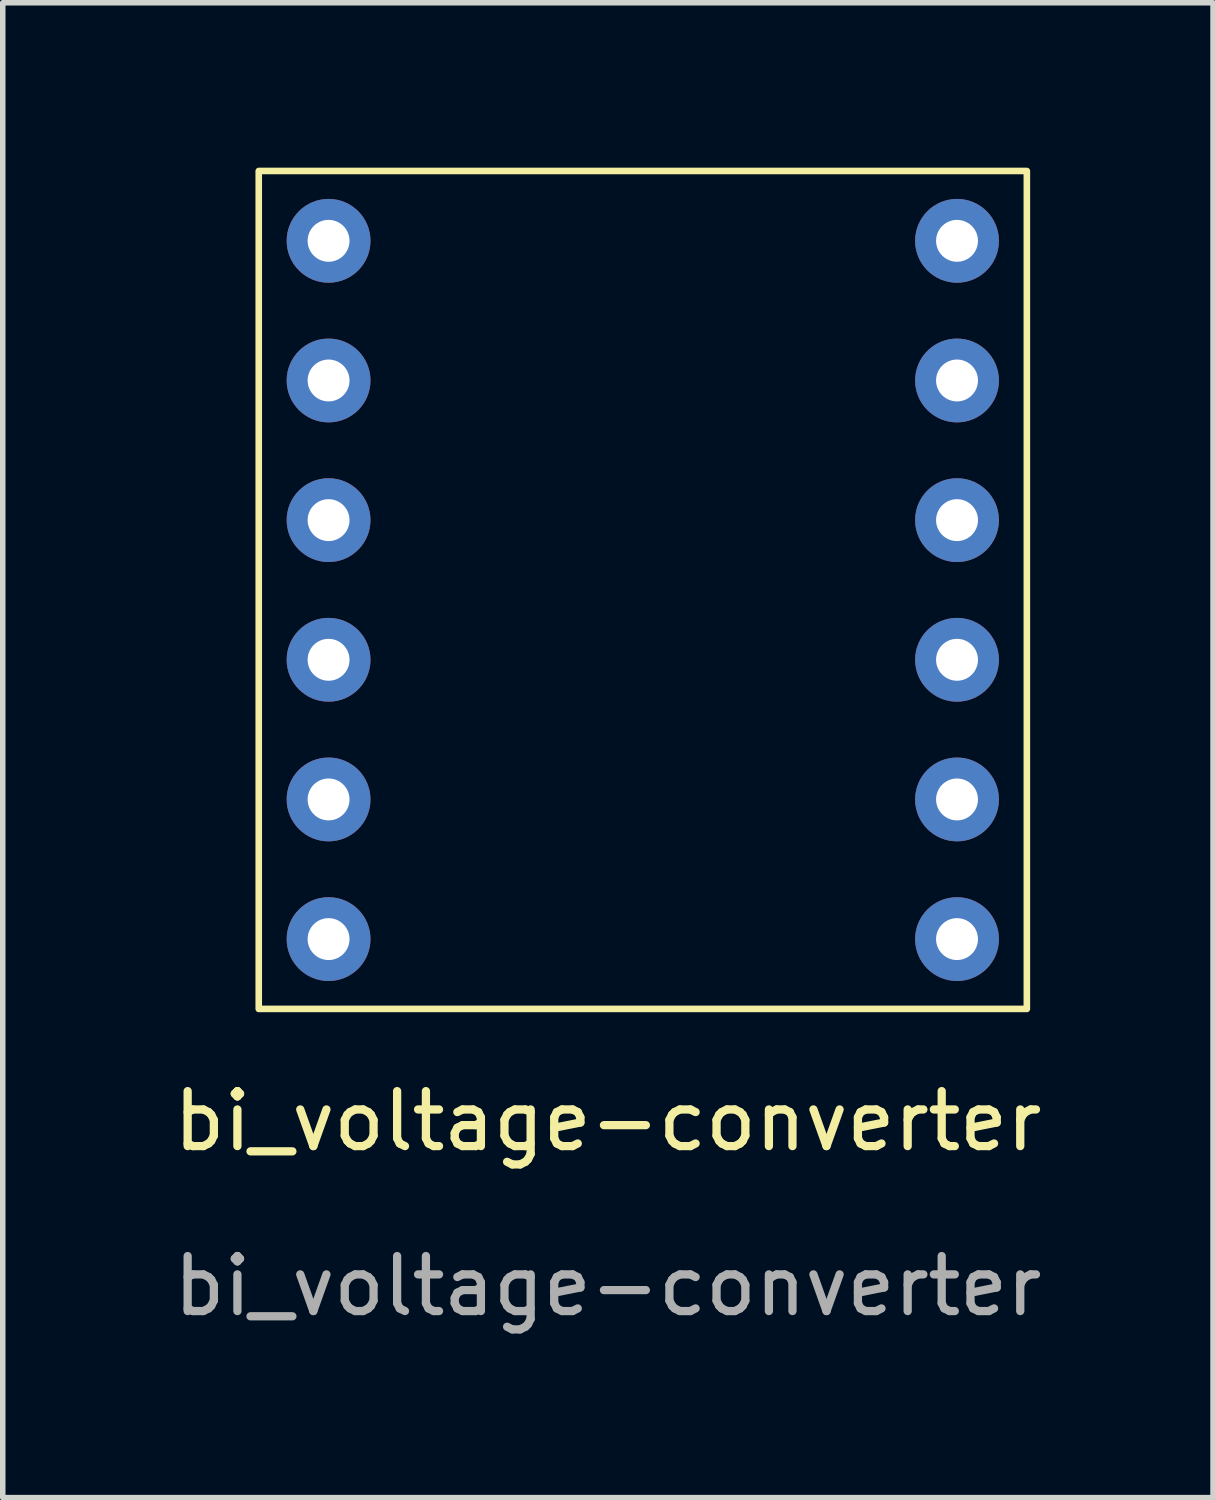
<source format=kicad_pcb>
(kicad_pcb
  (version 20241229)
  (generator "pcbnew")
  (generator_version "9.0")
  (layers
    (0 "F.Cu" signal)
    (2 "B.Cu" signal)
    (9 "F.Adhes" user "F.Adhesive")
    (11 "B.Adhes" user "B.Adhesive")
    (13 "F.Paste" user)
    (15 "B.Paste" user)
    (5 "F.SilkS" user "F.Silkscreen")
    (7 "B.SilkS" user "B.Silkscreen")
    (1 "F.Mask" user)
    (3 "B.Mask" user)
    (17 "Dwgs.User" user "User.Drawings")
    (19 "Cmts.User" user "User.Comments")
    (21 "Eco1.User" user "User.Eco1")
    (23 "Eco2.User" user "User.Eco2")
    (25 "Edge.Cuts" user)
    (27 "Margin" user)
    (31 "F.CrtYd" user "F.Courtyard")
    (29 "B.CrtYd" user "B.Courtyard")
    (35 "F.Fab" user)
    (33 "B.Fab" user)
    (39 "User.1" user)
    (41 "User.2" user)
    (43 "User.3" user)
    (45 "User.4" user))
  (footprint "bi_voltage-converter"
    (layer "F.Cu")
    (at 8.006 17.84)
    (property "Reference" "bi_voltage-converter" (at 0 -0.5 0) (unlocked yes) (layer "F.SilkS") (effects (font (size 1 1) (thickness 0.15))))
    (attr through_hole)
    (fp_rect (start -6.35 -17.78) (end 7.62 -2.54) (stroke (width 0.12) (type solid)) (fill no) (layer "F.SilkS"))
    (fp_text user "${REFERENCE}" (at 0 2.5 0) (unlocked yes) (layer "F.Fab") (effects (font (size 1 1) (thickness 0.15))))
    (pad "1" thru_hole circle (at -5.08 -16.51) (size 1.524 1.524) (drill 0.762) (layers "*.Cu" "*.Mask"))
    (pad "2" thru_hole circle (at -5.08 -13.97) (size 1.524 1.524) (drill 0.762) (layers "*.Cu" "*.Mask"))
    (pad "3" thru_hole circle (at -5.08 -11.43) (size 1.524 1.524) (drill 0.762) (layers "*.Cu" "*.Mask"))
    (pad "4" thru_hole circle (at -5.08 -8.89) (size 1.524 1.524) (drill 0.762) (layers "*.Cu" "*.Mask"))
    (pad "5" thru_hole circle (at -5.08 -6.35) (size 1.524 1.524) (drill 0.762) (layers "*.Cu" "*.Mask"))
    (pad "6" thru_hole circle (at -5.08 -3.81) (size 1.524 1.524) (drill 0.762) (layers "*.Cu" "*.Mask"))
    (pad "7" thru_hole circle (at 6.35 -16.51) (size 1.524 1.524) (drill 0.762) (layers "*.Cu" "*.Mask"))
    (pad "8" thru_hole circle (at 6.35 -13.97) (size 1.524 1.524) (drill 0.762) (layers "*.Cu" "*.Mask"))
    (pad "9" thru_hole circle (at 6.35 -11.43) (size 1.524 1.524) (drill 0.762) (layers "*.Cu" "*.Mask"))
    (pad "10" thru_hole circle (at 6.35 -8.89) (size 1.524 1.524) (drill 0.762) (layers "*.Cu" "*.Mask"))
    (pad "11" thru_hole circle (at 6.35 -6.35) (size 1.524 1.524) (drill 0.762) (layers "*.Cu" "*.Mask"))
    (pad "12" thru_hole circle (at 6.35 -3.81) (size 1.524 1.524) (drill 0.762) (layers "*.Cu" "*.Mask")))
  (gr_rect
    (start -3 -3)
    (end 19.012 24.188)
    (stroke (width 0.1) (type default))
    (fill no)
    (layer "Edge.Cuts")))
</source>
